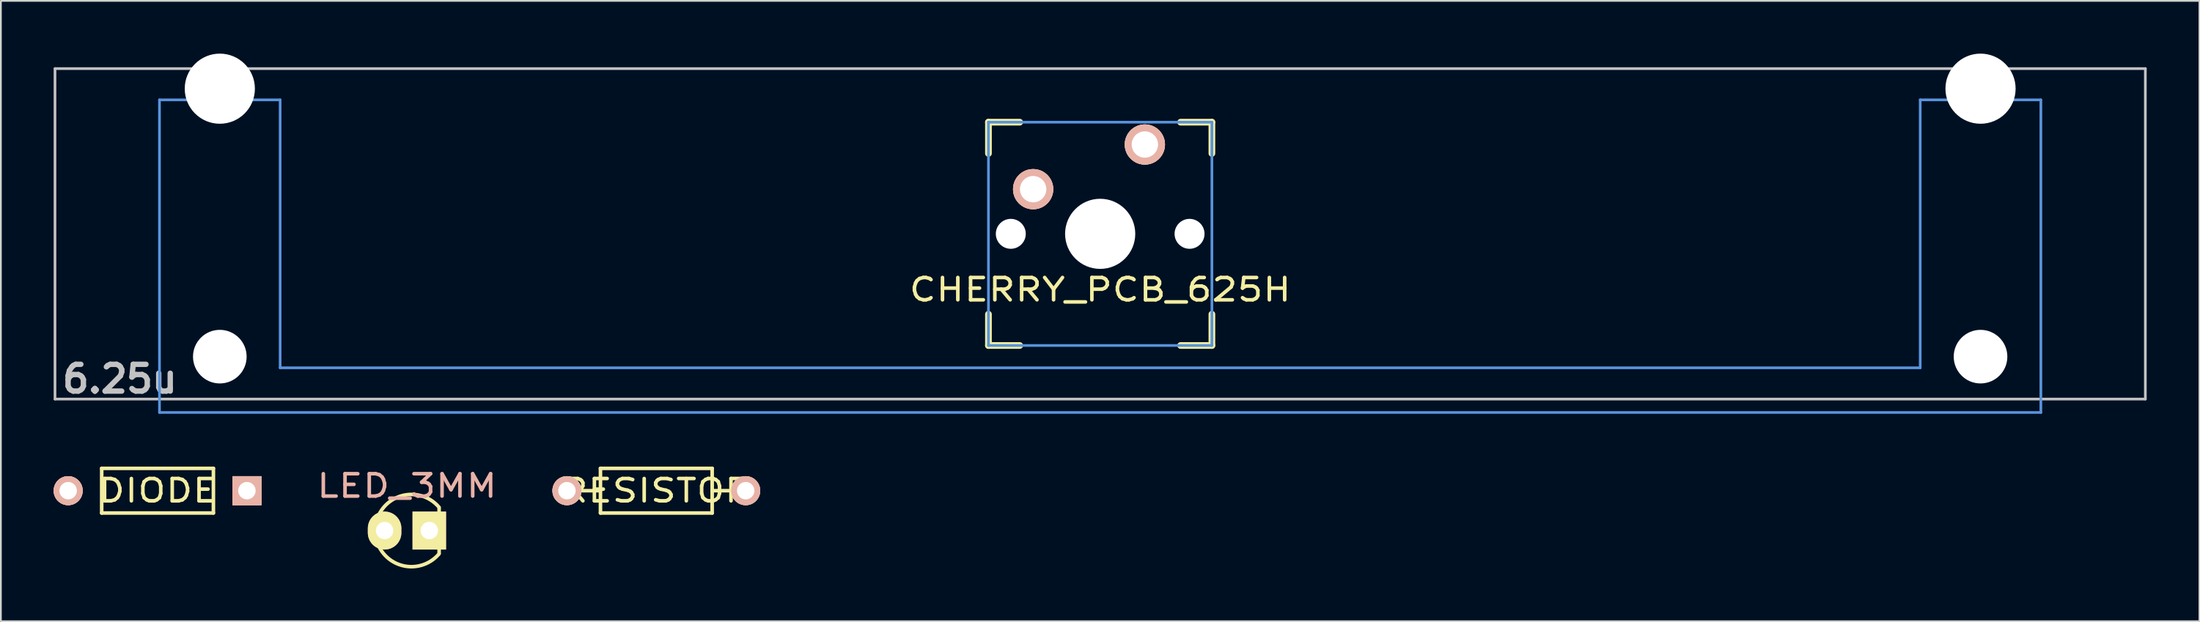
<source format=kicad_pcb>
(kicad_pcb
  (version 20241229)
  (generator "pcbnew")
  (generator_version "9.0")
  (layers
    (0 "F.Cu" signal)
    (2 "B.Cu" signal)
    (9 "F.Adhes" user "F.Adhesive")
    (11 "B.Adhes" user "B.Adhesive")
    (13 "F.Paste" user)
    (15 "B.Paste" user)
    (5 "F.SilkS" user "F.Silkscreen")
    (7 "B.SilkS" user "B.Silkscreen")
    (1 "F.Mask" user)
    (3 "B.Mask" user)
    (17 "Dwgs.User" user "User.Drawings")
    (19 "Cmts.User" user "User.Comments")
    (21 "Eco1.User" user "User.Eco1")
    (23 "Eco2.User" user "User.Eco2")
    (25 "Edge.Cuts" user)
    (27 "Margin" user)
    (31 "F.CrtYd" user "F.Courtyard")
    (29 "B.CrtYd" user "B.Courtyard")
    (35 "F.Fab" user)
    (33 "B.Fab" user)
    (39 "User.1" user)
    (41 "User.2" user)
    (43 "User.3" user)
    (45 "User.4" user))
  (footprint "CHERRY_PCB_625H"
    (layer "F.Cu")
    (at 59.482 10.249)
    (property "Reference" "CHERRY_PCB_625H" (at 0 3.175 0) (layer "F.SilkS") (effects (font (size 1.27 1.524) (thickness 0.203))))
    (attr through_hole)
    (fp_line (start -6.35 -6.35) (end -4.572 -6.35) (stroke (width 0.381) (type solid)) (layer "F.SilkS"))
    (fp_line (start -6.35 -4.572) (end -6.35 -6.35) (stroke (width 0.381) (type solid)) (layer "F.SilkS"))
    (fp_line (start -6.35 6.35) (end -6.35 4.572) (stroke (width 0.381) (type solid)) (layer "F.SilkS"))
    (fp_line (start -4.572 6.35) (end -6.35 6.35) (stroke (width 0.381) (type solid)) (layer "F.SilkS"))
    (fp_line (start 4.572 -6.35) (end 6.35 -6.35) (stroke (width 0.381) (type solid)) (layer "F.SilkS"))
    (fp_line (start 6.35 -6.35) (end 6.35 -4.572) (stroke (width 0.381) (type solid)) (layer "F.SilkS"))
    (fp_line (start 6.35 4.572) (end 6.35 6.35) (stroke (width 0.381) (type solid)) (layer "F.SilkS"))
    (fp_line (start 6.35 6.35) (end 4.572 6.35) (stroke (width 0.381) (type solid)) (layer "F.SilkS"))
    (fp_line (start -59.406 -9.398) (end 59.406 -9.398) (stroke (width 0.152) (type solid)) (layer "Dwgs.User"))
    (fp_line (start -59.406 9.398) (end -59.406 -9.398) (stroke (width 0.152) (type solid)) (layer "Dwgs.User"))
    (fp_line (start 59.406 -9.398) (end 59.406 9.398) (stroke (width 0.152) (type solid)) (layer "Dwgs.User"))
    (fp_line (start 59.406 9.398) (end -59.406 9.398) (stroke (width 0.152) (type solid)) (layer "Dwgs.User"))
    (fp_line (start -53.467 -7.62) (end -53.467 10.16) (stroke (width 0.152) (type solid)) (layer "Cmts.User"))
    (fp_line (start -53.467 10.16) (end 53.467 10.16) (stroke (width 0.152) (type solid)) (layer "Cmts.User"))
    (fp_line (start -46.609 -7.62) (end -53.467 -7.62) (stroke (width 0.152) (type solid)) (layer "Cmts.User"))
    (fp_line (start -46.609 7.62) (end -46.609 -7.62) (stroke (width 0.152) (type solid)) (layer "Cmts.User"))
    (fp_line (start -6.35 -6.35) (end 6.35 -6.35) (stroke (width 0.152) (type solid)) (layer "Cmts.User"))
    (fp_line (start -6.35 6.35) (end -6.35 -6.35) (stroke (width 0.152) (type solid)) (layer "Cmts.User"))
    (fp_line (start 6.35 -6.35) (end 6.35 6.35) (stroke (width 0.152) (type solid)) (layer "Cmts.User"))
    (fp_line (start 6.35 6.35) (end -6.35 6.35) (stroke (width 0.152) (type solid)) (layer "Cmts.User"))
    (fp_line (start 46.609 -7.62) (end 46.609 7.62) (stroke (width 0.152) (type solid)) (layer "Cmts.User"))
    (fp_line (start 46.609 7.62) (end -46.609 7.62) (stroke (width 0.152) (type solid)) (layer "Cmts.User"))
    (fp_line (start 53.467 -7.62) (end 46.609 -7.62) (stroke (width 0.152) (type solid)) (layer "Cmts.User"))
    (fp_line (start 53.467 10.16) (end 53.467 -7.62) (stroke (width 0.152) (type solid)) (layer "Cmts.User"))
    (fp_line (start -54.229 -2.286) (end -53.365 -2.286) (stroke (width 0.152) (type solid)) (layer "Eco2.User"))
    (fp_line (start -54.229 0.508) (end -54.229 -2.286) (stroke (width 0.152) (type solid)) (layer "Eco2.User"))
    (fp_line (start -53.365 -5.69) (end -46.711 -5.69) (stroke (width 0.152) (type solid)) (layer "Eco2.User"))
    (fp_line (start -53.365 -2.286) (end -53.365 -5.69) (stroke (width 0.152) (type solid)) (layer "Eco2.User"))
    (fp_line (start -53.365 0.508) (end -54.229 0.508) (stroke (width 0.152) (type solid)) (layer "Eco2.User"))
    (fp_line (start -53.365 6.604) (end -53.365 0.508) (stroke (width 0.152) (type solid)) (layer "Eco2.User"))
    (fp_line (start -52.324 6.604) (end -53.365 6.604) (stroke (width 0.152) (type solid)) (layer "Eco2.User"))
    (fp_line (start -52.324 7.772) (end -52.324 6.604) (stroke (width 0.152) (type solid)) (layer "Eco2.User"))
    (fp_line (start -47.752 6.604) (end -47.752 7.772) (stroke (width 0.152) (type solid)) (layer "Eco2.User"))
    (fp_line (start -47.752 7.772) (end -52.324 7.772) (stroke (width 0.152) (type solid)) (layer "Eco2.User"))
    (fp_line (start -46.711 -5.69) (end -46.711 -2.286) (stroke (width 0.152) (type solid)) (layer "Eco2.User"))
    (fp_line (start -46.711 -2.286) (end -6.985 -2.286) (stroke (width 0.152) (type solid)) (layer "Eco2.User"))
    (fp_line (start -46.711 2.286) (end -46.711 6.604) (stroke (width 0.152) (type solid)) (layer "Eco2.User"))
    (fp_line (start -46.711 6.604) (end -47.752 6.604) (stroke (width 0.152) (type solid)) (layer "Eco2.User"))
    (fp_line (start -6.985 -6.985) (end 6.985 -6.985) (stroke (width 0.152) (type solid)) (layer "Eco2.User"))
    (fp_line (start -6.985 -2.286) (end -6.985 -6.985) (stroke (width 0.152) (type solid)) (layer "Eco2.User"))
    (fp_line (start -6.985 2.286) (end -46.711 2.286) (stroke (width 0.152) (type solid)) (layer "Eco2.User"))
    (fp_line (start -6.985 6.985) (end -6.985 2.286) (stroke (width 0.152) (type solid)) (layer "Eco2.User"))
    (fp_line (start 6.985 -6.985) (end 6.985 -2.286) (stroke (width 0.152) (type solid)) (layer "Eco2.User"))
    (fp_line (start 6.985 -2.286) (end 46.711 -2.286) (stroke (width 0.152) (type solid)) (layer "Eco2.User"))
    (fp_line (start 6.985 2.286) (end 6.985 6.985) (stroke (width 0.152) (type solid)) (layer "Eco2.User"))
    (fp_line (start 6.985 6.985) (end -6.985 6.985) (stroke (width 0.152) (type solid)) (layer "Eco2.User"))
    (fp_line (start 46.711 -5.69) (end 53.365 -5.69) (stroke (width 0.152) (type solid)) (layer "Eco2.User"))
    (fp_line (start 46.711 -2.286) (end 46.711 -5.69) (stroke (width 0.152) (type solid)) (layer "Eco2.User"))
    (fp_line (start 46.711 2.286) (end 6.985 2.286) (stroke (width 0.152) (type solid)) (layer "Eco2.User"))
    (fp_line (start 46.711 6.604) (end 46.711 2.286) (stroke (width 0.152) (type solid)) (layer "Eco2.User"))
    (fp_line (start 47.752 6.604) (end 46.711 6.604) (stroke (width 0.152) (type solid)) (layer "Eco2.User"))
    (fp_line (start 47.752 7.772) (end 47.752 6.604) (stroke (width 0.152) (type solid)) (layer "Eco2.User"))
    (fp_line (start 52.324 6.604) (end 52.324 7.772) (stroke (width 0.152) (type solid)) (layer "Eco2.User"))
    (fp_line (start 52.324 7.772) (end 47.752 7.772) (stroke (width 0.152) (type solid)) (layer "Eco2.User"))
    (fp_line (start 53.365 -5.69) (end 53.365 -2.286) (stroke (width 0.152) (type solid)) (layer "Eco2.User"))
    (fp_line (start 53.365 -2.286) (end 54.229 -2.286) (stroke (width 0.152) (type solid)) (layer "Eco2.User"))
    (fp_line (start 53.365 0.508) (end 53.365 6.604) (stroke (width 0.152) (type solid)) (layer "Eco2.User"))
    (fp_line (start 53.365 6.604) (end 52.324 6.604) (stroke (width 0.152) (type solid)) (layer "Eco2.User"))
    (fp_line (start 54.229 -2.286) (end 54.229 0.508) (stroke (width 0.152) (type solid)) (layer "Eco2.User"))
    (fp_line (start 54.229 0.508) (end 53.365 0.508) (stroke (width 0.152) (type solid)) (layer "Eco2.User"))
    (fp_text user "6.25u" (at -55.723 8.255 0) (layer "Dwgs.User") (effects (font (size 1.524 1.524) (thickness 0.305))))
    (pad "" np_thru_hole circle (at -50.038 -8.255) (size 3.988 3.988) (drill 3.988) (layers "*.Cu"))
    (pad "" np_thru_hole circle (at -50.038 6.985) (size 3.048 3.048) (drill 3.048) (layers "*.Cu"))
    (pad "" np_thru_hole circle (at -5.08 0) (size 1.702 1.702) (drill 1.702) (layers "*.Cu"))
    (pad "" np_thru_hole circle (at 0 0) (size 3.988 3.988) (drill 3.988) (layers "*.Cu"))
    (pad "" np_thru_hole circle (at 5.08 0) (size 1.702 1.702) (drill 1.702) (layers "*.Cu"))
    (pad "" np_thru_hole circle (at 50.038 -8.255) (size 3.988 3.988) (drill 3.988) (layers "*.Cu"))
    (pad "" np_thru_hole circle (at 50.038 6.985) (size 3.048 3.048) (drill 3.048) (layers "*.Cu"))
    (pad "1" thru_hole circle (at 2.54 -5.08) (size 2.286 2.286) (drill 1.499) (layers "*.Cu" "*.SilkS" "*.Mask"))
    (pad "2" thru_hole circle (at -3.81 -2.54) (size 2.286 2.286) (drill 1.499) (layers "*.Cu" "*.SilkS" "*.Mask")))
  (footprint "RESISTOR"
    (layer "F.Cu")
    (at 34.254 24.857)
    (property "Reference" "RESISTOR" (at 0 0 0) (layer "F.SilkS") (effects (font (size 1.27 1.524) (thickness 0.203))))
    (attr through_hole)
    (fp_line (start -5.08 0) (end -3.175 0) (stroke (width 0.203) (type solid)) (layer "F.SilkS"))
    (fp_line (start -3.175 -1.27) (end 3.175 -1.27) (stroke (width 0.203) (type solid)) (layer "F.SilkS"))
    (fp_line (start -3.175 1.27) (end -3.175 -1.27) (stroke (width 0.203) (type solid)) (layer "F.SilkS"))
    (fp_line (start 3.175 -1.27) (end 3.175 1.27) (stroke (width 0.203) (type solid)) (layer "F.SilkS"))
    (fp_line (start 3.175 1.27) (end -3.175 1.27) (stroke (width 0.203) (type solid)) (layer "F.SilkS"))
    (fp_line (start 5.08 0) (end 3.175 0) (stroke (width 0.203) (type solid)) (layer "F.SilkS"))
    (pad "1" thru_hole circle (at -5.08 0) (size 1.651 1.651) (drill 0.991) (layers "*.Cu" "*.SilkS" "*.Mask"))
    (pad "2" thru_hole circle (at 5.08 0) (size 1.651 1.651) (drill 0.991) (layers "*.Cu" "*.SilkS" "*.Mask")))
  (footprint "DIODE"
    (layer "F.Cu")
    (at 5.905 24.857)
    (property "Reference" "DIODE" (at 0 0 0) (layer "F.SilkS") (effects (font (size 1.27 1.524) (thickness 0.203))))
    (attr through_hole)
    (fp_line (start -3.175 -1.27) (end 3.175 -1.27) (stroke (width 0.203) (type solid)) (layer "F.SilkS"))
    (fp_line (start -3.175 1.27) (end -3.175 -1.27) (stroke (width 0.203) (type solid)) (layer "F.SilkS"))
    (fp_line (start 3.175 -1.27) (end 3.175 1.27) (stroke (width 0.203) (type solid)) (layer "F.SilkS"))
    (fp_line (start 3.175 1.27) (end -3.175 1.27) (stroke (width 0.203) (type solid)) (layer "F.SilkS"))
    (pad "1" thru_hole circle (at -5.08 0) (size 1.651 1.651) (drill 0.991) (layers "*.Cu" "*.SilkS" "*.Mask"))
    (pad "2" thru_hole rect (at 5.08 0) (size 1.651 1.651) (drill 0.991) (layers "*.Cu" "*.SilkS" "*.Mask")))
  (footprint "LED_3MM"
    (layer "F.Cu")
    (at 20.08 27.125)
    (property "Reference" "LED_3MM" (at 0 -2.54 0) (layer "B.SilkS") (effects (font (size 1.27 1.524) (thickness 0.203))))
    (attr through_hole)
    (fp_line (start 1.829 1.27) (end 1.829 -1.27) (stroke (width 0.203) (type solid)) (layer "F.SilkS"))
    (fp_arc (start 1.828195 1.321521) (mid -1.801361 -0.000471) (end 1.8288 -1.3208) (stroke (width 0.2032) (type solid)) (layer "F.SilkS"))
    (pad "1" thru_hole oval (at -1.27 0) (size 1.905 2.159) (drill 0.991) (layers "*.Cu" "F.Mask" "F.SilkS" "F.Paste"))
    (pad "2" thru_hole rect (at 1.27 0) (size 1.905 2.159) (drill 0.991) (layers "*.Cu" "F.Mask" "F.SilkS" "F.Paste")))
  (gr_rect
    (start -3 -3)
    (end 121.963 32.282)
    (stroke (width 0.1) (type default))
    (fill no)
    (layer "Edge.Cuts")))
</source>
